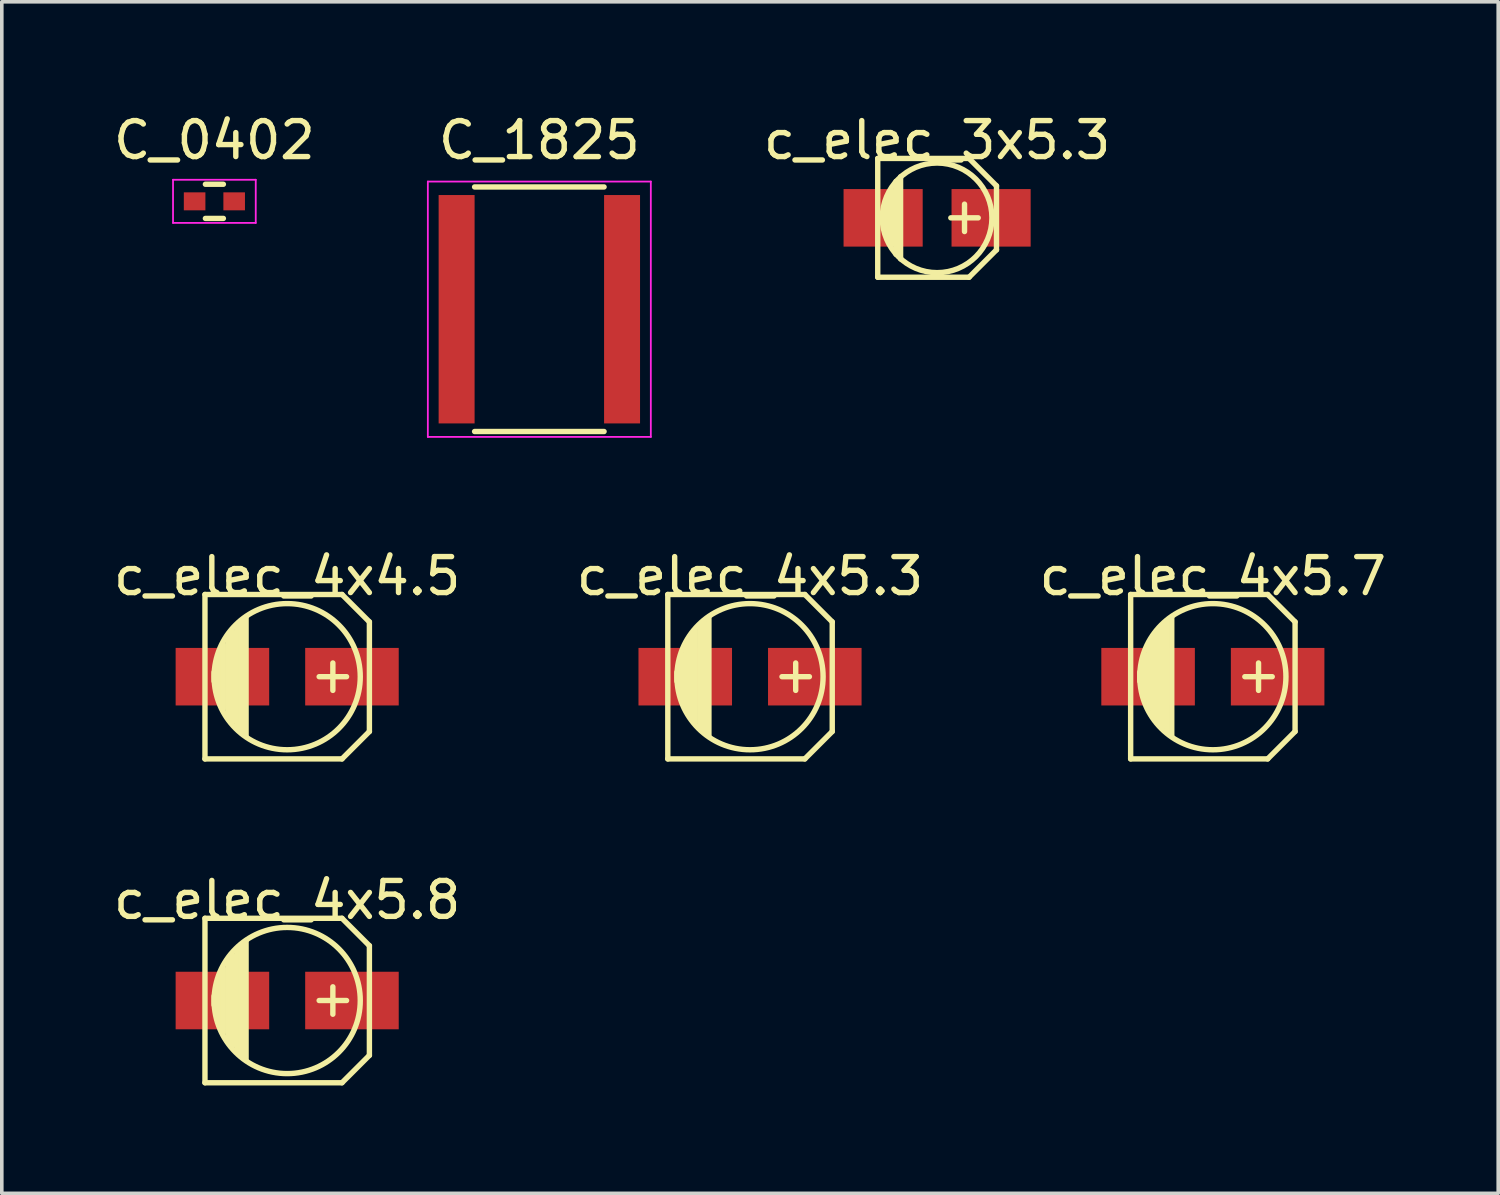
<source format=kicad_pcb>
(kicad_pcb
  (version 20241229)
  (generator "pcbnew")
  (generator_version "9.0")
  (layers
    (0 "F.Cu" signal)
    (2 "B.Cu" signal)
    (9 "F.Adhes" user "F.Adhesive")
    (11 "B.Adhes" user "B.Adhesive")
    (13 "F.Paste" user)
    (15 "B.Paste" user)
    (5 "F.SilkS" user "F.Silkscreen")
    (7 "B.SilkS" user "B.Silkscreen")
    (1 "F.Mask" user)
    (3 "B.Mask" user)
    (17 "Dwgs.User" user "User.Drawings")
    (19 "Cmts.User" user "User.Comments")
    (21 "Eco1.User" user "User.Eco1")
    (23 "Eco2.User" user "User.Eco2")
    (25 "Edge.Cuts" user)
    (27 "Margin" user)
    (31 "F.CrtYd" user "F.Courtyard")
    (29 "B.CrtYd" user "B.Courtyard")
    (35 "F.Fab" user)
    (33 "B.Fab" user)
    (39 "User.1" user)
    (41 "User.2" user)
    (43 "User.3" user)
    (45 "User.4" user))
  (footprint "c_elec_4x5.3"
    (layer "F.Cu")
    (at 17.804 15.765)
    (property "Reference" "c_elec_4x5.3" (at 0 -2.794 0) (layer "F.SilkS") (effects (font (size 1 1) (thickness 0.15))))
    (attr through_hole)
    (fp_line (start -2.286 -2.286) (end -2.286 2.286) (stroke (width 0.15) (type solid)) (layer "F.SilkS"))
    (fp_line (start -2.032 0.127) (end -2.032 -0.127) (stroke (width 0.15) (type solid)) (layer "F.SilkS"))
    (fp_line (start -1.905 -0.635) (end -1.905 0.635) (stroke (width 0.15) (type solid)) (layer "F.SilkS"))
    (fp_line (start -1.778 0.889) (end -1.778 -0.889) (stroke (width 0.15) (type solid)) (layer "F.SilkS"))
    (fp_line (start -1.651 1.143) (end -1.651 -1.143) (stroke (width 0.15) (type solid)) (layer "F.SilkS"))
    (fp_line (start -1.524 -1.27) (end -1.524 1.27) (stroke (width 0.15) (type solid)) (layer "F.SilkS"))
    (fp_line (start -1.397 1.397) (end -1.397 -1.397) (stroke (width 0.15) (type solid)) (layer "F.SilkS"))
    (fp_line (start -1.27 -1.524) (end -1.27 1.524) (stroke (width 0.15) (type solid)) (layer "F.SilkS"))
    (fp_line (start -1.143 -1.651) (end -1.143 1.651) (stroke (width 0.15) (type solid)) (layer "F.SilkS"))
    (fp_line (start 1.27 -0.381) (end 1.27 0.381) (stroke (width 0.15) (type solid)) (layer "F.SilkS"))
    (fp_line (start 1.524 -2.286) (end -2.286 -2.286) (stroke (width 0.15) (type solid)) (layer "F.SilkS"))
    (fp_line (start 1.524 -2.286) (end 2.286 -1.524) (stroke (width 0.15) (type solid)) (layer "F.SilkS"))
    (fp_line (start 1.524 2.286) (end -2.286 2.286) (stroke (width 0.15) (type solid)) (layer "F.SilkS"))
    (fp_line (start 1.524 2.286) (end 2.286 1.524) (stroke (width 0.15) (type solid)) (layer "F.SilkS"))
    (fp_line (start 1.651 0) (end 0.889 0) (stroke (width 0.15) (type solid)) (layer "F.SilkS"))
    (fp_line (start 2.286 -1.524) (end 2.286 1.524) (stroke (width 0.15) (type solid)) (layer "F.SilkS"))
    (fp_circle (center 0 0) (end -2.032 0) (stroke (width 0.15) (type solid)) (fill no) (layer "F.SilkS"))
    (pad "1" smd rect (at 1.801 0) (size 2.601 1.6) (layers "F.Cu" "F.Mask" "F.Paste"))
    (pad "2" smd rect (at -1.801 0) (size 2.601 1.6) (layers "F.Cu" "F.Mask" "F.Paste")))
  (footprint "c_elec_4x5.7"
    (layer "F.Cu")
    (at 30.673 15.765)
    (property "Reference" "c_elec_4x5.7" (at 0 -2.794 0) (layer "F.SilkS") (effects (font (size 1 1) (thickness 0.15))))
    (attr through_hole)
    (fp_line (start -2.286 -2.286) (end -2.286 2.286) (stroke (width 0.15) (type solid)) (layer "F.SilkS"))
    (fp_line (start -2.032 0.127) (end -2.032 -0.127) (stroke (width 0.15) (type solid)) (layer "F.SilkS"))
    (fp_line (start -1.905 -0.635) (end -1.905 0.635) (stroke (width 0.15) (type solid)) (layer "F.SilkS"))
    (fp_line (start -1.778 0.889) (end -1.778 -0.889) (stroke (width 0.15) (type solid)) (layer "F.SilkS"))
    (fp_line (start -1.651 1.143) (end -1.651 -1.143) (stroke (width 0.15) (type solid)) (layer "F.SilkS"))
    (fp_line (start -1.524 -1.27) (end -1.524 1.27) (stroke (width 0.15) (type solid)) (layer "F.SilkS"))
    (fp_line (start -1.397 1.397) (end -1.397 -1.397) (stroke (width 0.15) (type solid)) (layer "F.SilkS"))
    (fp_line (start -1.27 -1.524) (end -1.27 1.524) (stroke (width 0.15) (type solid)) (layer "F.SilkS"))
    (fp_line (start -1.143 -1.651) (end -1.143 1.651) (stroke (width 0.15) (type solid)) (layer "F.SilkS"))
    (fp_line (start 1.27 -0.381) (end 1.27 0.381) (stroke (width 0.15) (type solid)) (layer "F.SilkS"))
    (fp_line (start 1.524 -2.286) (end -2.286 -2.286) (stroke (width 0.15) (type solid)) (layer "F.SilkS"))
    (fp_line (start 1.524 -2.286) (end 2.286 -1.524) (stroke (width 0.15) (type solid)) (layer "F.SilkS"))
    (fp_line (start 1.524 2.286) (end -2.286 2.286) (stroke (width 0.15) (type solid)) (layer "F.SilkS"))
    (fp_line (start 1.524 2.286) (end 2.286 1.524) (stroke (width 0.15) (type solid)) (layer "F.SilkS"))
    (fp_line (start 1.651 0) (end 0.889 0) (stroke (width 0.15) (type solid)) (layer "F.SilkS"))
    (fp_line (start 2.286 -1.524) (end 2.286 1.524) (stroke (width 0.15) (type solid)) (layer "F.SilkS"))
    (fp_circle (center 0 0) (end -2.032 0) (stroke (width 0.15) (type solid)) (fill no) (layer "F.SilkS"))
    (pad "1" smd rect (at 1.801 0) (size 2.601 1.6) (layers "F.Cu" "F.Mask" "F.Paste"))
    (pad "2" smd rect (at -1.801 0) (size 2.601 1.6) (layers "F.Cu" "F.Mask" "F.Paste")))
  (footprint "c_elec_3x5.3"
    (layer "F.Cu")
    (at 23.006 3.007)
    (property "Reference" "c_elec_3x5.3" (at 0 -2.159 0) (layer "F.SilkS") (effects (font (size 1 1) (thickness 0.15))))
    (attr through_hole)
    (fp_line (start -1.651 -1.651) (end -1.651 1.651) (stroke (width 0.15) (type solid)) (layer "F.SilkS"))
    (fp_line (start -1.651 1.651) (end 0.889 1.651) (stroke (width 0.15) (type solid)) (layer "F.SilkS"))
    (fp_line (start -1.397 -0.508) (end -1.397 0.508) (stroke (width 0.15) (type solid)) (layer "F.SilkS"))
    (fp_line (start -1.27 -0.762) (end -1.27 0.762) (stroke (width 0.15) (type solid)) (layer "F.SilkS"))
    (fp_line (start -1.143 -1.016) (end -1.143 1.016) (stroke (width 0.15) (type solid)) (layer "F.SilkS"))
    (fp_line (start -1.016 -1.143) (end -1.016 1.143) (stroke (width 0.15) (type solid)) (layer "F.SilkS"))
    (fp_line (start 0.762 -0.381) (end 0.762 0.381) (stroke (width 0.15) (type solid)) (layer "F.SilkS"))
    (fp_line (start 0.889 -1.651) (end -1.651 -1.651) (stroke (width 0.15) (type solid)) (layer "F.SilkS"))
    (fp_line (start 0.889 1.651) (end 1.651 0.889) (stroke (width 0.15) (type solid)) (layer "F.SilkS"))
    (fp_line (start 1.143 0) (end 0.381 0) (stroke (width 0.15) (type solid)) (layer "F.SilkS"))
    (fp_line (start 1.651 -0.889) (end 0.889 -1.651) (stroke (width 0.15) (type solid)) (layer "F.SilkS"))
    (fp_line (start 1.651 0.889) (end 1.651 -0.889) (stroke (width 0.15) (type solid)) (layer "F.SilkS"))
    (fp_circle (center 0 0) (end 1.524 0) (stroke (width 0.15) (type solid)) (fill no) (layer "F.SilkS"))
    (pad "1" smd rect (at 1.501 0) (size 2.2 1.6) (layers "F.Cu" "F.Mask" "F.Paste"))
    (pad "2" smd rect (at -1.501 0) (size 2.2 1.6) (layers "F.Cu" "F.Mask" "F.Paste")))
  (footprint "C_0402"
    (layer "F.Cu")
    (at 2.911 2.548)
    (property "Reference" "C_0402" (at 0 -1.7 0) (layer "F.SilkS") (effects (font (size 1 1) (thickness 0.15))))
    (attr smd)
    (fp_line (start -0.25 0.475) (end 0.25 0.475) (stroke (width 0.15) (type solid)) (layer "F.SilkS"))
    (fp_line (start 0.25 -0.475) (end -0.25 -0.475) (stroke (width 0.15) (type solid)) (layer "F.SilkS"))
    (fp_line (start -1.15 -0.6) (end -1.15 0.6) (stroke (width 0.05) (type solid)) (layer "F.CrtYd"))
    (fp_line (start -1.15 -0.6) (end 1.15 -0.6) (stroke (width 0.05) (type solid)) (layer "F.CrtYd"))
    (fp_line (start -1.15 0.6) (end 1.15 0.6) (stroke (width 0.05) (type solid)) (layer "F.CrtYd"))
    (fp_line (start 1.15 -0.6) (end 1.15 0.6) (stroke (width 0.05) (type solid)) (layer "F.CrtYd"))
    (pad "1" smd rect (at -0.55 0) (size 0.6 0.5) (layers "F.Cu" "F.Mask" "F.Paste"))
    (pad "2" smd rect (at 0.55 0) (size 0.6 0.5) (layers "F.Cu" "F.Mask" "F.Paste")))
  (footprint "c_elec_4x5.8"
    (layer "F.Cu")
    (at 4.935 24.769)
    (property "Reference" "c_elec_4x5.8" (at 0 -2.794 0) (layer "F.SilkS") (effects (font (size 1 1) (thickness 0.15))))
    (attr through_hole)
    (fp_line (start -2.286 -2.286) (end -2.286 2.286) (stroke (width 0.15) (type solid)) (layer "F.SilkS"))
    (fp_line (start -2.032 0.127) (end -2.032 -0.127) (stroke (width 0.15) (type solid)) (layer "F.SilkS"))
    (fp_line (start -1.905 -0.635) (end -1.905 0.635) (stroke (width 0.15) (type solid)) (layer "F.SilkS"))
    (fp_line (start -1.778 0.889) (end -1.778 -0.889) (stroke (width 0.15) (type solid)) (layer "F.SilkS"))
    (fp_line (start -1.651 1.143) (end -1.651 -1.143) (stroke (width 0.15) (type solid)) (layer "F.SilkS"))
    (fp_line (start -1.524 -1.27) (end -1.524 1.27) (stroke (width 0.15) (type solid)) (layer "F.SilkS"))
    (fp_line (start -1.397 1.397) (end -1.397 -1.397) (stroke (width 0.15) (type solid)) (layer "F.SilkS"))
    (fp_line (start -1.27 -1.524) (end -1.27 1.524) (stroke (width 0.15) (type solid)) (layer "F.SilkS"))
    (fp_line (start -1.143 -1.651) (end -1.143 1.651) (stroke (width 0.15) (type solid)) (layer "F.SilkS"))
    (fp_line (start 1.27 -0.381) (end 1.27 0.381) (stroke (width 0.15) (type solid)) (layer "F.SilkS"))
    (fp_line (start 1.524 -2.286) (end -2.286 -2.286) (stroke (width 0.15) (type solid)) (layer "F.SilkS"))
    (fp_line (start 1.524 -2.286) (end 2.286 -1.524) (stroke (width 0.15) (type solid)) (layer "F.SilkS"))
    (fp_line (start 1.524 2.286) (end -2.286 2.286) (stroke (width 0.15) (type solid)) (layer "F.SilkS"))
    (fp_line (start 1.524 2.286) (end 2.286 1.524) (stroke (width 0.15) (type solid)) (layer "F.SilkS"))
    (fp_line (start 1.651 0) (end 0.889 0) (stroke (width 0.15) (type solid)) (layer "F.SilkS"))
    (fp_line (start 2.286 -1.524) (end 2.286 1.524) (stroke (width 0.15) (type solid)) (layer "F.SilkS"))
    (fp_circle (center 0 0) (end -2.032 0) (stroke (width 0.15) (type solid)) (fill no) (layer "F.SilkS"))
    (pad "1" smd rect (at 1.801 0) (size 2.601 1.6) (layers "F.Cu" "F.Mask" "F.Paste"))
    (pad "2" smd rect (at -1.801 0) (size 2.601 1.6) (layers "F.Cu" "F.Mask" "F.Paste")))
  (footprint "C_1825"
    (layer "F.Cu")
    (at 11.946 5.548)
    (property "Reference" "C_1825" (at 0 -4.7 0) (layer "F.SilkS") (effects (font (size 1 1) (thickness 0.15))))
    (attr smd)
    (fp_line (start -1.8 3.4) (end 1.8 3.4) (stroke (width 0.15) (type solid)) (layer "F.SilkS"))
    (fp_line (start 1.8 -3.4) (end -1.8 -3.4) (stroke (width 0.15) (type solid)) (layer "F.SilkS"))
    (fp_line (start -3.1 -3.55) (end -3.1 3.55) (stroke (width 0.05) (type solid)) (layer "F.CrtYd"))
    (fp_line (start -3.1 -3.55) (end 3.1 -3.55) (stroke (width 0.05) (type solid)) (layer "F.CrtYd"))
    (fp_line (start -3.1 3.55) (end 3.1 3.55) (stroke (width 0.05) (type solid)) (layer "F.CrtYd"))
    (fp_line (start 3.1 -3.55) (end 3.1 3.55) (stroke (width 0.05) (type solid)) (layer "F.CrtYd"))
    (pad "1" smd rect (at -2.3 0) (size 1 6.35) (layers "F.Cu" "F.Mask" "F.Paste"))
    (pad "2" smd rect (at 2.3 0) (size 1 6.35) (layers "F.Cu" "F.Mask" "F.Paste")))
  (footprint "c_elec_4x4.5"
    (layer "F.Cu")
    (at 4.935 15.765)
    (property "Reference" "c_elec_4x4.5" (at 0 -2.794 0) (layer "F.SilkS") (effects (font (size 1 1) (thickness 0.15))))
    (attr through_hole)
    (fp_line (start -2.286 -2.286) (end -2.286 2.286) (stroke (width 0.15) (type solid)) (layer "F.SilkS"))
    (fp_line (start -2.032 0.127) (end -2.032 -0.127) (stroke (width 0.15) (type solid)) (layer "F.SilkS"))
    (fp_line (start -1.905 -0.635) (end -1.905 0.635) (stroke (width 0.15) (type solid)) (layer "F.SilkS"))
    (fp_line (start -1.778 0.889) (end -1.778 -0.889) (stroke (width 0.15) (type solid)) (layer "F.SilkS"))
    (fp_line (start -1.651 1.143) (end -1.651 -1.143) (stroke (width 0.15) (type solid)) (layer "F.SilkS"))
    (fp_line (start -1.524 -1.27) (end -1.524 1.27) (stroke (width 0.15) (type solid)) (layer "F.SilkS"))
    (fp_line (start -1.397 1.397) (end -1.397 -1.397) (stroke (width 0.15) (type solid)) (layer "F.SilkS"))
    (fp_line (start -1.27 -1.524) (end -1.27 1.524) (stroke (width 0.15) (type solid)) (layer "F.SilkS"))
    (fp_line (start -1.143 -1.651) (end -1.143 1.651) (stroke (width 0.15) (type solid)) (layer "F.SilkS"))
    (fp_line (start 1.27 -0.381) (end 1.27 0.381) (stroke (width 0.15) (type solid)) (layer "F.SilkS"))
    (fp_line (start 1.524 -2.286) (end -2.286 -2.286) (stroke (width 0.15) (type solid)) (layer "F.SilkS"))
    (fp_line (start 1.524 -2.286) (end 2.286 -1.524) (stroke (width 0.15) (type solid)) (layer "F.SilkS"))
    (fp_line (start 1.524 2.286) (end -2.286 2.286) (stroke (width 0.15) (type solid)) (layer "F.SilkS"))
    (fp_line (start 1.524 2.286) (end 2.286 1.524) (stroke (width 0.15) (type solid)) (layer "F.SilkS"))
    (fp_line (start 1.651 0) (end 0.889 0) (stroke (width 0.15) (type solid)) (layer "F.SilkS"))
    (fp_line (start 2.286 -1.524) (end 2.286 1.524) (stroke (width 0.15) (type solid)) (layer "F.SilkS"))
    (fp_circle (center 0 0) (end -2.032 0) (stroke (width 0.15) (type solid)) (fill no) (layer "F.SilkS"))
    (pad "1" smd rect (at 1.801 0) (size 2.601 1.6) (layers "F.Cu" "F.Mask" "F.Paste"))
    (pad "2" smd rect (at -1.801 0) (size 2.601 1.6) (layers "F.Cu" "F.Mask" "F.Paste")))
  (gr_rect
    (start -3 -3)
    (end 38.607 30.13)
    (stroke (width 0.1) (type default))
    (fill no)
    (layer "Edge.Cuts")))
</source>
